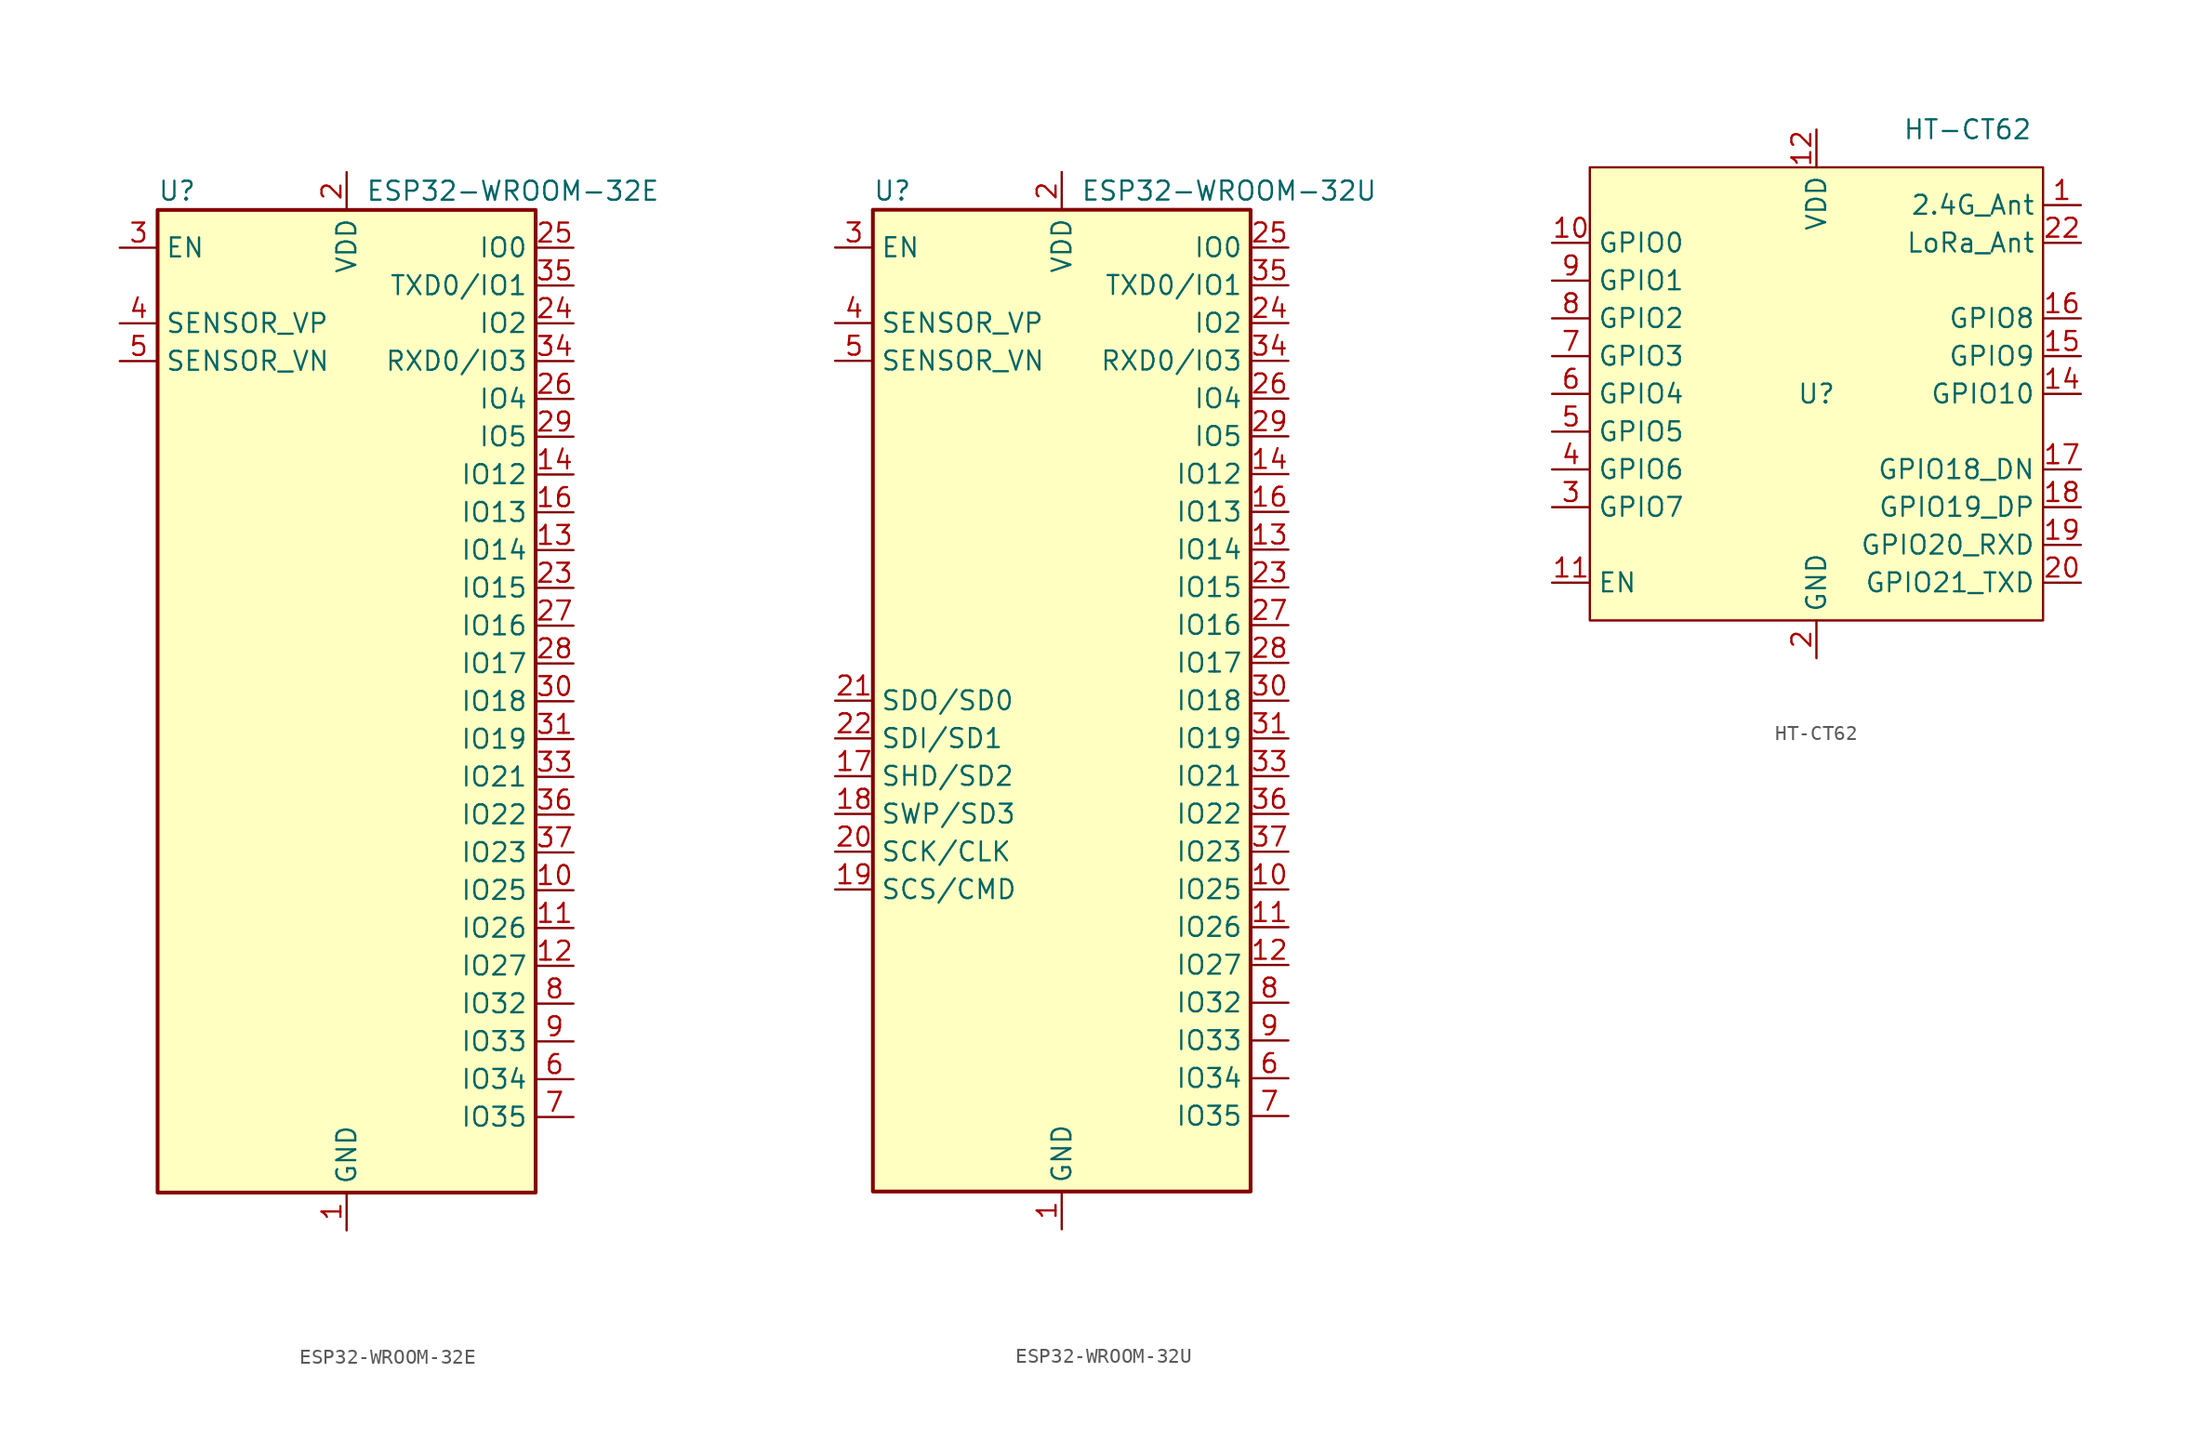
<source format=kicad_sym>
(kicad_symbol_lib
  (version 20241209)
  (generator "kicad_symbol_editor")
  (generator_version "9.0")
  (symbol "ESP32-WROOM-32E"
    (property "Reference" "U"
      (at -12.7 34.29 0)
      (effects (font (size 1.27 1.27)) (justify left)))
    (property "Value" "ESP32-WROOM-32E"
      (at 1.27 34.29 0)
      (effects (font (size 1.27 1.27)) (justify left)))
    (symbol "ESP32-WROOM-32E_0_1"
      (rectangle (start -12.7 33.02) (end 12.7 -33.02) (stroke (width 0.254) (type default)) (fill (type background))))
    (symbol "ESP32-WROOM-32E_1_1"
      (pin input line (at -15.24 30.48 0) (length 2.54) (name "EN" (effects (font (size 1.27 1.27)))) (number "3" (effects (font (size 1.27 1.27)))))
      (pin input line (at -15.24 25.4 0) (length 2.54) (name "SENSOR_VP" (effects (font (size 1.27 1.27)))) (number "4" (effects (font (size 1.27 1.27)))))
      (pin input line (at -15.24 22.86 0) (length 2.54) (name "SENSOR_VN" (effects (font (size 1.27 1.27)))) (number "5" (effects (font (size 1.27 1.27)))))
      (pin no_connect line (at -12.7 0 0) (length 2.54) (hide yes) (name "NC" (effects (font (size 1.27 1.27)))) (number "21" (effects (font (size 1.27 1.27)))))
      (pin no_connect line (at -12.7 -2.54 0) (length 2.54) (hide yes) (name "NC" (effects (font (size 1.27 1.27)))) (number "22" (effects (font (size 1.27 1.27)))))
      (pin no_connect line (at -12.7 -5.08 0) (length 2.54) (hide yes) (name "NC" (effects (font (size 1.27 1.27)))) (number "17" (effects (font (size 1.27 1.27)))))
      (pin no_connect line (at -12.7 -7.62 0) (length 2.54) (hide yes) (name "NC" (effects (font (size 1.27 1.27)))) (number "18" (effects (font (size 1.27 1.27)))))
      (pin no_connect line (at -12.7 -10.16 0) (length 2.54) (hide yes) (name "NC" (effects (font (size 1.27 1.27)))) (number "20" (effects (font (size 1.27 1.27)))))
      (pin no_connect line (at -12.7 -12.7 0) (length 2.54) (hide yes) (name "NC" (effects (font (size 1.27 1.27)))) (number "19" (effects (font (size 1.27 1.27)))))
      (pin no_connect line (at -12.7 -27.94 0) (length 2.54) (hide yes) (name "NC" (effects (font (size 1.27 1.27)))) (number "32" (effects (font (size 1.27 1.27)))))
      (pin power_in line (at 0 35.56 270) (length 2.54) (name "VDD" (effects (font (size 1.27 1.27)))) (number "2" (effects (font (size 1.27 1.27)))))
      (pin power_in line (at 0 -35.56 90) (length 2.54) (name "GND" (effects (font (size 1.27 1.27)))) (number "1" (effects (font (size 1.27 1.27)))))
      (pin passive line (at 0 -35.56 90) (length 2.54) (hide yes) (name "GND" (effects (font (size 1.27 1.27)))) (number "15" (effects (font (size 1.27 1.27)))))
      (pin passive line (at 0 -35.56 90) (length 2.54) (hide yes) (name "GND" (effects (font (size 1.27 1.27)))) (number "38" (effects (font (size 1.27 1.27)))))
      (pin passive line (at 0 -35.56 90) (length 2.54) (hide yes) (name "GND" (effects (font (size 1.27 1.27)))) (number "39" (effects (font (size 1.27 1.27)))))
      (pin bidirectional line (at 15.24 30.48 180) (length 2.54) (name "IO0" (effects (font (size 1.27 1.27)))) (number "25" (effects (font (size 1.27 1.27)))))
      (pin bidirectional line (at 15.24 27.94 180) (length 2.54) (name "TXD0/IO1" (effects (font (size 1.27 1.27)))) (number "35" (effects (font (size 1.27 1.27)))))
      (pin bidirectional line (at 15.24 25.4 180) (length 2.54) (name "IO2" (effects (font (size 1.27 1.27)))) (number "24" (effects (font (size 1.27 1.27)))))
      (pin bidirectional line (at 15.24 22.86 180) (length 2.54) (name "RXD0/IO3" (effects (font (size 1.27 1.27)))) (number "34" (effects (font (size 1.27 1.27)))))
      (pin bidirectional line (at 15.24 20.32 180) (length 2.54) (name "IO4" (effects (font (size 1.27 1.27)))) (number "26" (effects (font (size 1.27 1.27)))))
      (pin bidirectional line (at 15.24 17.78 180) (length 2.54) (name "IO5" (effects (font (size 1.27 1.27)))) (number "29" (effects (font (size 1.27 1.27)))))
      (pin bidirectional line (at 15.24 15.24 180) (length 2.54) (name "IO12" (effects (font (size 1.27 1.27)))) (number "14" (effects (font (size 1.27 1.27)))))
      (pin bidirectional line (at 15.24 12.7 180) (length 2.54) (name "IO13" (effects (font (size 1.27 1.27)))) (number "16" (effects (font (size 1.27 1.27)))))
      (pin bidirectional line (at 15.24 10.16 180) (length 2.54) (name "IO14" (effects (font (size 1.27 1.27)))) (number "13" (effects (font (size 1.27 1.27)))))
      (pin bidirectional line (at 15.24 7.62 180) (length 2.54) (name "IO15" (effects (font (size 1.27 1.27)))) (number "23" (effects (font (size 1.27 1.27)))))
      (pin bidirectional line (at 15.24 5.08 180) (length 2.54) (name "IO16" (effects (font (size 1.27 1.27)))) (number "27" (effects (font (size 1.27 1.27)))))
      (pin bidirectional line (at 15.24 2.54 180) (length 2.54) (name "IO17" (effects (font (size 1.27 1.27)))) (number "28" (effects (font (size 1.27 1.27)))))
      (pin bidirectional line (at 15.24 0 180) (length 2.54) (name "IO18" (effects (font (size 1.27 1.27)))) (number "30" (effects (font (size 1.27 1.27)))))
      (pin bidirectional line (at 15.24 -2.54 180) (length 2.54) (name "IO19" (effects (font (size 1.27 1.27)))) (number "31" (effects (font (size 1.27 1.27)))))
      (pin bidirectional line (at 15.24 -5.08 180) (length 2.54) (name "IO21" (effects (font (size 1.27 1.27)))) (number "33" (effects (font (size 1.27 1.27)))))
      (pin bidirectional line (at 15.24 -7.62 180) (length 2.54) (name "IO22" (effects (font (size 1.27 1.27)))) (number "36" (effects (font (size 1.27 1.27)))))
      (pin bidirectional line (at 15.24 -10.16 180) (length 2.54) (name "IO23" (effects (font (size 1.27 1.27)))) (number "37" (effects (font (size 1.27 1.27)))))
      (pin bidirectional line (at 15.24 -12.7 180) (length 2.54) (name "IO25" (effects (font (size 1.27 1.27)))) (number "10" (effects (font (size 1.27 1.27)))))
      (pin bidirectional line (at 15.24 -15.24 180) (length 2.54) (name "IO26" (effects (font (size 1.27 1.27)))) (number "11" (effects (font (size 1.27 1.27)))))
      (pin bidirectional line (at 15.24 -17.78 180) (length 2.54) (name "IO27" (effects (font (size 1.27 1.27)))) (number "12" (effects (font (size 1.27 1.27)))))
      (pin bidirectional line (at 15.24 -20.32 180) (length 2.54) (name "IO32" (effects (font (size 1.27 1.27)))) (number "8" (effects (font (size 1.27 1.27)))))
      (pin bidirectional line (at 15.24 -22.86 180) (length 2.54) (name "IO33" (effects (font (size 1.27 1.27)))) (number "9" (effects (font (size 1.27 1.27)))))
      (pin input line (at 15.24 -25.4 180) (length 2.54) (name "IO34" (effects (font (size 1.27 1.27)))) (number "6" (effects (font (size 1.27 1.27)))))
      (pin input line (at 15.24 -27.94 180) (length 2.54) (name "IO35" (effects (font (size 1.27 1.27)))) (number "7" (effects (font (size 1.27 1.27)))))))
  (symbol "ESP32-WROOM-32U"
    (property "Reference" "U"
      (at -12.7 34.29 0)
      (effects (font (size 1.27 1.27)) (justify left)))
    (property "Value" "ESP32-WROOM-32U"
      (at 1.27 34.29 0)
      (effects (font (size 1.27 1.27)) (justify left)))
    (symbol "ESP32-WROOM-32U_0_1"
      (rectangle (start -12.7 33.02) (end 12.7 -33.02) (stroke (width 0.254) (type default)) (fill (type background))))
    (symbol "ESP32-WROOM-32U_1_1"
      (pin input line (at -15.24 30.48 0) (length 2.54) (name "EN" (effects (font (size 1.27 1.27)))) (number "3" (effects (font (size 1.27 1.27)))))
      (pin input line (at -15.24 25.4 0) (length 2.54) (name "SENSOR_VP" (effects (font (size 1.27 1.27)))) (number "4" (effects (font (size 1.27 1.27)))))
      (pin input line (at -15.24 22.86 0) (length 2.54) (name "SENSOR_VN" (effects (font (size 1.27 1.27)))) (number "5" (effects (font (size 1.27 1.27)))))
      (pin bidirectional line (at -15.24 0 0) (length 2.54) (name "SDO/SD0" (effects (font (size 1.27 1.27)))) (number "21" (effects (font (size 1.27 1.27)))))
      (pin bidirectional line (at -15.24 -2.54 0) (length 2.54) (name "SDI/SD1" (effects (font (size 1.27 1.27)))) (number "22" (effects (font (size 1.27 1.27)))))
      (pin bidirectional line (at -15.24 -5.08 0) (length 2.54) (name "SHD/SD2" (effects (font (size 1.27 1.27)))) (number "17" (effects (font (size 1.27 1.27)))))
      (pin bidirectional line (at -15.24 -7.62 0) (length 2.54) (name "SWP/SD3" (effects (font (size 1.27 1.27)))) (number "18" (effects (font (size 1.27 1.27)))))
      (pin bidirectional line (at -15.24 -10.16 0) (length 2.54) (name "SCK/CLK" (effects (font (size 1.27 1.27)))) (number "20" (effects (font (size 1.27 1.27)))))
      (pin bidirectional line (at -15.24 -12.7 0) (length 2.54) (name "SCS/CMD" (effects (font (size 1.27 1.27)))) (number "19" (effects (font (size 1.27 1.27)))))
      (pin no_connect line (at -12.7 -27.94 0) (length 2.54) (hide yes) (name "NC" (effects (font (size 1.27 1.27)))) (number "32" (effects (font (size 1.27 1.27)))))
      (pin power_in line (at 0 35.56 270) (length 2.54) (name "VDD" (effects (font (size 1.27 1.27)))) (number "2" (effects (font (size 1.27 1.27)))))
      (pin power_in line (at 0 -35.56 90) (length 2.54) (name "GND" (effects (font (size 1.27 1.27)))) (number "1" (effects (font (size 1.27 1.27)))))
      (pin passive line (at 0 -35.56 90) (length 2.54) (hide yes) (name "GND" (effects (font (size 1.27 1.27)))) (number "15" (effects (font (size 1.27 1.27)))))
      (pin passive line (at 0 -35.56 90) (length 2.54) (hide yes) (name "GND" (effects (font (size 1.27 1.27)))) (number "38" (effects (font (size 1.27 1.27)))))
      (pin passive line (at 0 -35.56 90) (length 2.54) (hide yes) (name "GND" (effects (font (size 1.27 1.27)))) (number "39" (effects (font (size 1.27 1.27)))))
      (pin bidirectional line (at 15.24 30.48 180) (length 2.54) (name "IO0" (effects (font (size 1.27 1.27)))) (number "25" (effects (font (size 1.27 1.27)))))
      (pin bidirectional line (at 15.24 27.94 180) (length 2.54) (name "TXD0/IO1" (effects (font (size 1.27 1.27)))) (number "35" (effects (font (size 1.27 1.27)))))
      (pin bidirectional line (at 15.24 25.4 180) (length 2.54) (name "IO2" (effects (font (size 1.27 1.27)))) (number "24" (effects (font (size 1.27 1.27)))))
      (pin bidirectional line (at 15.24 22.86 180) (length 2.54) (name "RXD0/IO3" (effects (font (size 1.27 1.27)))) (number "34" (effects (font (size 1.27 1.27)))))
      (pin bidirectional line (at 15.24 20.32 180) (length 2.54) (name "IO4" (effects (font (size 1.27 1.27)))) (number "26" (effects (font (size 1.27 1.27)))))
      (pin bidirectional line (at 15.24 17.78 180) (length 2.54) (name "IO5" (effects (font (size 1.27 1.27)))) (number "29" (effects (font (size 1.27 1.27)))))
      (pin bidirectional line (at 15.24 15.24 180) (length 2.54) (name "IO12" (effects (font (size 1.27 1.27)))) (number "14" (effects (font (size 1.27 1.27)))))
      (pin bidirectional line (at 15.24 12.7 180) (length 2.54) (name "IO13" (effects (font (size 1.27 1.27)))) (number "16" (effects (font (size 1.27 1.27)))))
      (pin bidirectional line (at 15.24 10.16 180) (length 2.54) (name "IO14" (effects (font (size 1.27 1.27)))) (number "13" (effects (font (size 1.27 1.27)))))
      (pin bidirectional line (at 15.24 7.62 180) (length 2.54) (name "IO15" (effects (font (size 1.27 1.27)))) (number "23" (effects (font (size 1.27 1.27)))))
      (pin bidirectional line (at 15.24 5.08 180) (length 2.54) (name "IO16" (effects (font (size 1.27 1.27)))) (number "27" (effects (font (size 1.27 1.27)))))
      (pin bidirectional line (at 15.24 2.54 180) (length 2.54) (name "IO17" (effects (font (size 1.27 1.27)))) (number "28" (effects (font (size 1.27 1.27)))))
      (pin bidirectional line (at 15.24 0 180) (length 2.54) (name "IO18" (effects (font (size 1.27 1.27)))) (number "30" (effects (font (size 1.27 1.27)))))
      (pin bidirectional line (at 15.24 -2.54 180) (length 2.54) (name "IO19" (effects (font (size 1.27 1.27)))) (number "31" (effects (font (size 1.27 1.27)))))
      (pin bidirectional line (at 15.24 -5.08 180) (length 2.54) (name "IO21" (effects (font (size 1.27 1.27)))) (number "33" (effects (font (size 1.27 1.27)))))
      (pin bidirectional line (at 15.24 -7.62 180) (length 2.54) (name "IO22" (effects (font (size 1.27 1.27)))) (number "36" (effects (font (size 1.27 1.27)))))
      (pin bidirectional line (at 15.24 -10.16 180) (length 2.54) (name "IO23" (effects (font (size 1.27 1.27)))) (number "37" (effects (font (size 1.27 1.27)))))
      (pin bidirectional line (at 15.24 -12.7 180) (length 2.54) (name "IO25" (effects (font (size 1.27 1.27)))) (number "10" (effects (font (size 1.27 1.27)))))
      (pin bidirectional line (at 15.24 -15.24 180) (length 2.54) (name "IO26" (effects (font (size 1.27 1.27)))) (number "11" (effects (font (size 1.27 1.27)))))
      (pin bidirectional line (at 15.24 -17.78 180) (length 2.54) (name "IO27" (effects (font (size 1.27 1.27)))) (number "12" (effects (font (size 1.27 1.27)))))
      (pin bidirectional line (at 15.24 -20.32 180) (length 2.54) (name "IO32" (effects (font (size 1.27 1.27)))) (number "8" (effects (font (size 1.27 1.27)))))
      (pin bidirectional line (at 15.24 -22.86 180) (length 2.54) (name "IO33" (effects (font (size 1.27 1.27)))) (number "9" (effects (font (size 1.27 1.27)))))
      (pin input line (at 15.24 -25.4 180) (length 2.54) (name "IO34" (effects (font (size 1.27 1.27)))) (number "6" (effects (font (size 1.27 1.27)))))
      (pin input line (at 15.24 -27.94 180) (length 2.54) (name "IO35" (effects (font (size 1.27 1.27)))) (number "7" (effects (font (size 1.27 1.27)))))))
  (symbol "HT-CT62"
    (property "Reference" "U"
      (at 0 0 0)
      (effects (font (size 1.27 1.27))))
    (property "Value" "HT-CT62"
      (at 10.16 17.78 0)
      (effects (font (size 1.27 1.27))))
    (symbol "HT-CT62_1_1"
      (rectangle (start -15.24 15.24) (end 15.24 -15.24) (stroke (width 0) (type default)) (fill (type background)))
      (pin bidirectional line (at -17.78 10.16 0) (length 2.54) (name "GPIO0" (effects (font (size 1.27 1.27)))) (number "10" (effects (font (size 1.27 1.27)))))
      (pin bidirectional line (at -17.78 7.62 0) (length 2.54) (name "GPIO1" (effects (font (size 1.27 1.27)))) (number "9" (effects (font (size 1.27 1.27)))))
      (pin bidirectional line (at -17.78 5.08 0) (length 2.54) (name "GPIO2" (effects (font (size 1.27 1.27)))) (number "8" (effects (font (size 1.27 1.27)))))
      (pin bidirectional line (at -17.78 2.54 0) (length 2.54) (name "GPIO3" (effects (font (size 1.27 1.27)))) (number "7" (effects (font (size 1.27 1.27)))))
      (pin bidirectional line (at -17.78 0 0) (length 2.54) (name "GPIO4" (effects (font (size 1.27 1.27)))) (number "6" (effects (font (size 1.27 1.27)))))
      (pin bidirectional line (at -17.78 -2.54 0) (length 2.54) (name "GPIO5" (effects (font (size 1.27 1.27)))) (number "5" (effects (font (size 1.27 1.27)))))
      (pin bidirectional line (at -17.78 -5.08 0) (length 2.54) (name "GPIO6" (effects (font (size 1.27 1.27)))) (number "4" (effects (font (size 1.27 1.27)))))
      (pin bidirectional line (at -17.78 -7.62 0) (length 2.54) (name "GPIO7" (effects (font (size 1.27 1.27)))) (number "3" (effects (font (size 1.27 1.27)))))
      (pin input line (at -17.78 -12.7 0) (length 2.54) (name "EN" (effects (font (size 1.27 1.27)))) (number "11" (effects (font (size 1.27 1.27)))))
      (pin power_in line (at 0 17.78 270) (length 2.54) (name "VDD" (effects (font (size 1.27 1.27)))) (number "12" (effects (font (size 1.27 1.27)))))
      (pin passive line (at 0 -17.78 90) (length 2.54) (hide yes) (name "GND" (effects (font (size 1.27 1.27)))) (number "13" (effects (font (size 1.27 1.27)))))
      (pin power_in line (at 0 -17.78 90) (length 2.54) (name "GND" (effects (font (size 1.27 1.27)))) (number "2" (effects (font (size 1.27 1.27)))))
      (pin passive line (at 0 -17.78 90) (length 2.54) (hide yes) (name "GND" (effects (font (size 1.27 1.27)))) (number "21" (effects (font (size 1.27 1.27)))))
      (pin bidirectional line (at 17.78 12.7 180) (length 2.54) (name "2.4G_Ant" (effects (font (size 1.27 1.27)))) (number "1" (effects (font (size 1.27 1.27)))))
      (pin bidirectional line (at 17.78 10.16 180) (length 2.54) (name "LoRa_Ant" (effects (font (size 1.27 1.27)))) (number "22" (effects (font (size 1.27 1.27)))))
      (pin bidirectional line (at 17.78 5.08 180) (length 2.54) (name "GPIO8" (effects (font (size 1.27 1.27)))) (number "16" (effects (font (size 1.27 1.27)))))
      (pin bidirectional line (at 17.78 2.54 180) (length 2.54) (name "GPIO9" (effects (font (size 1.27 1.27)))) (number "15" (effects (font (size 1.27 1.27)))))
      (pin bidirectional line (at 17.78 0 180) (length 2.54) (name "GPIO10" (effects (font (size 1.27 1.27)))) (number "14" (effects (font (size 1.27 1.27)))))
      (pin bidirectional line (at 17.78 -5.08 180) (length 2.54) (name "GPIO18_DN" (effects (font (size 1.27 1.27)))) (number "17" (effects (font (size 1.27 1.27)))))
      (pin bidirectional line (at 17.78 -7.62 180) (length 2.54) (name "GPIO19_DP" (effects (font (size 1.27 1.27)))) (number "18" (effects (font (size 1.27 1.27)))))
      (pin bidirectional line (at 17.78 -10.16 180) (length 2.54) (name "GPIO20_RXD" (effects (font (size 1.27 1.27)))) (number "19" (effects (font (size 1.27 1.27)))))
      (pin bidirectional line (at 17.78 -12.7 180) (length 2.54) (name "GPIO21_TXD" (effects (font (size 1.27 1.27)))) (number "20" (effects (font (size 1.27 1.27))))))))
</source>
